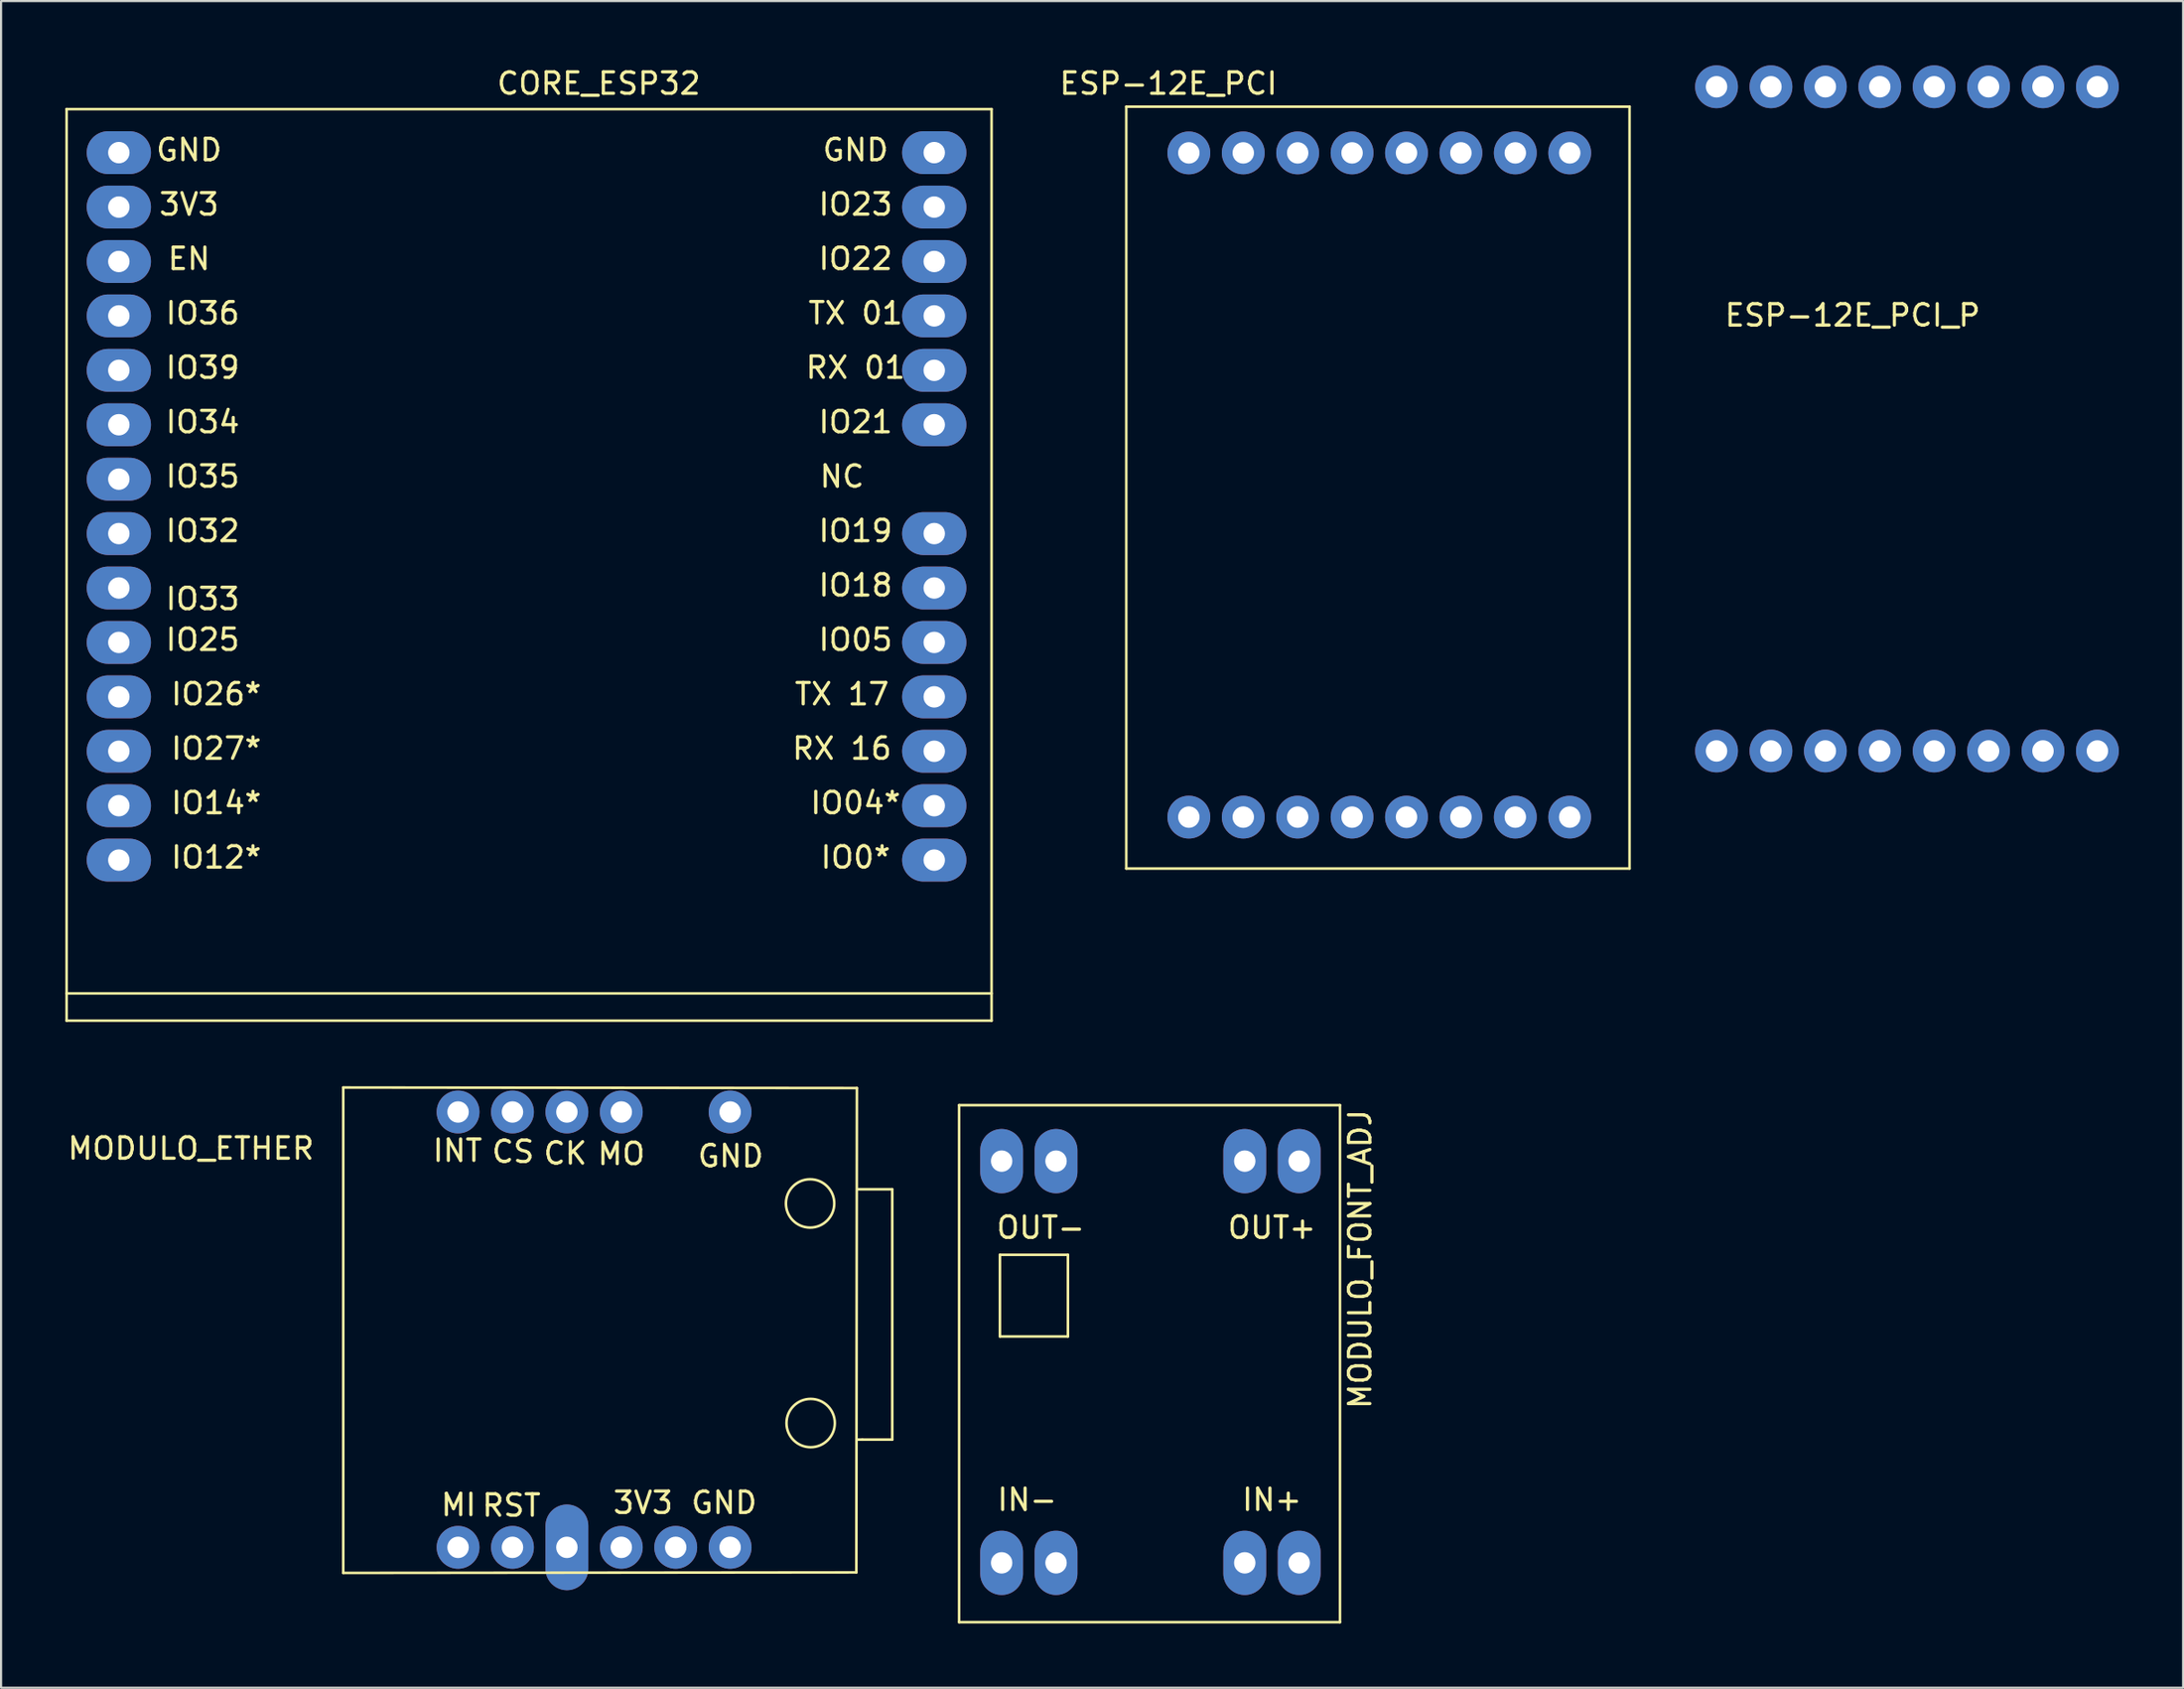
<source format=kicad_pcb>
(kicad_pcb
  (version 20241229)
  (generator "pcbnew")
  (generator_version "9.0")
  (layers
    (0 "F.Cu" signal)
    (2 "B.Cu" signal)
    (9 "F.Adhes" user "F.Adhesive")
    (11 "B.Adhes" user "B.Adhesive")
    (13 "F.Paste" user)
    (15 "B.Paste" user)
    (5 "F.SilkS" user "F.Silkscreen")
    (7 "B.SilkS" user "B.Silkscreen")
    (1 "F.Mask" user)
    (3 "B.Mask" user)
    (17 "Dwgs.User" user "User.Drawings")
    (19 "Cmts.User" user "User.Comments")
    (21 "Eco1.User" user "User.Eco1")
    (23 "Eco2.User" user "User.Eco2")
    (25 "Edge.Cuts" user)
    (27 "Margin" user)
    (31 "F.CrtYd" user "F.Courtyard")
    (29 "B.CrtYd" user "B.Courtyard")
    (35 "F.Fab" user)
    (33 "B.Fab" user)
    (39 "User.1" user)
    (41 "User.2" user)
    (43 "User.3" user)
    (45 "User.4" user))
  (footprint "MODULO_FONT_ADJ"
    (layer "F.Cu")
    (at 53.154 47.897)
    (property "Reference" "MODULO_FONT_ADJ" (at 7.29 7.823 90) (layer "F.SilkS") (effects (font (size 1 1) (thickness 0.15))))
    (attr through_hole)
    (fp_line (start -11.43 0.635) (end -11.43 24.765) (stroke (width 0.12) (type solid)) (layer "F.SilkS"))
    (fp_line (start -11.43 24.765) (end 6.35 24.765) (stroke (width 0.12) (type solid)) (layer "F.SilkS"))
    (fp_line (start -9.525 7.62) (end -9.525 11.43) (stroke (width 0.12) (type solid)) (layer "F.SilkS"))
    (fp_line (start -9.525 11.43) (end -6.35 11.43) (stroke (width 0.12) (type solid)) (layer "F.SilkS"))
    (fp_line (start -6.35 7.62) (end -9.525 7.62) (stroke (width 0.12) (type solid)) (layer "F.SilkS"))
    (fp_line (start -6.35 11.43) (end -6.35 7.62) (stroke (width 0.12) (type solid)) (layer "F.SilkS"))
    (fp_line (start 6.35 0.635) (end -11.43 0.635) (stroke (width 0.12) (type solid)) (layer "F.SilkS"))
    (fp_line (start 6.35 24.765) (end 6.35 0.635) (stroke (width 0.12) (type solid)) (layer "F.SilkS"))
    (fp_text user "OUT+" (at 3.175 6.35 0) (layer "F.SilkS") (effects (font (size 1 1) (thickness 0.15))))
    (fp_text user "IN+" (at 3.175 19.05 0) (layer "F.SilkS") (effects (font (size 1 1) (thickness 0.15))))
    (fp_text user "OUT-" (at -7.62 6.35 0) (layer "F.SilkS") (effects (font (size 1 1) (thickness 0.15))))
    (fp_text user "IN-" (at -8.255 19.05 0) (layer "F.SilkS") (effects (font (size 1 1) (thickness 0.15))))
    (pad "1" thru_hole oval (at 4.445 21.996 270) (size 3 2) (drill 1) (layers "*.Cu" "*.Mask"))
    (pad "2" thru_hole oval (at 4.445 3.246 270) (size 3 2) (drill 1) (layers "*.Cu" "*.Mask"))
    (pad "3" thru_hole oval (at -9.445 21.996 270) (size 3 2) (drill 1) (layers "*.Cu" "*.Mask"))
    (pad "4" thru_hole oval (at -9.445 3.246 270) (size 3 2) (drill 1) (layers "*.Cu" "*.Mask"))
    (pad "5" thru_hole oval (at 1.905 21.996 270) (size 3 2) (drill 1) (layers "*.Cu" "*.Mask"))
    (pad "6" thru_hole oval (at 1.905 3.246 270) (size 3 2) (drill 1) (layers "*.Cu" "*.Mask"))
    (pad "7" thru_hole oval (at -6.905 21.996 270) (size 3 2) (drill 1) (layers "*.Cu" "*.Mask"))
    (pad "8" thru_hole oval (at -6.905 3.246 270) (size 3 2) (drill 1) (layers "*.Cu" "*.Mask")))
  (footprint "MODULO_ETHER"
    (layer "F.Cu")
    (at 12.34 55.302)
    (property "Reference" "MODULO_ETHER" (at -6.477 -4.75 0) (layer "F.SilkS") (effects (font (size 1 1) (thickness 0.15))))
    (attr through_hole)
    (fp_line (start 0.635 -7.595) (end 0.635 15.062) (stroke (width 0.12) (type solid)) (layer "F.SilkS"))
    (fp_line (start 0.635 15.062) (end 24.587 15.037) (stroke (width 0.12) (type solid)) (layer "F.SilkS"))
    (fp_line (start 24.587 15.037) (end 24.613 -7.569) (stroke (width 0.12) (type solid)) (layer "F.SilkS"))
    (fp_line (start 24.613 -7.569) (end 0.635 -7.595) (stroke (width 0.12) (type solid)) (layer "F.SilkS"))
    (fp_line (start 24.663 -2.845) (end 26.264 -2.845) (stroke (width 0.12) (type solid)) (layer "F.SilkS"))
    (fp_line (start 24.867 8.839) (end 24.663 8.839) (stroke (width 0.12) (type solid)) (layer "F.SilkS"))
    (fp_line (start 26.264 -2.845) (end 26.264 8.839) (stroke (width 0.12) (type solid)) (layer "F.SilkS"))
    (fp_line (start 26.264 8.839) (end 24.867 8.839) (stroke (width 0.12) (type solid)) (layer "F.SilkS"))
    (fp_circle (center 22.428 -2.184) (end 23.012 -1.219) (stroke (width 0.12) (type solid)) (fill no) (layer "F.SilkS"))
    (fp_circle (center 22.454 8.067) (end 23.038 9.032) (stroke (width 0.12) (type solid)) (fill no) (layer "F.SilkS"))
    (fp_text user "CK" (at 10.998 -4.521 0) (layer "F.SilkS") (effects (font (size 1 1) (thickness 0.15))))
    (fp_text user "INT" (at 5.969 -4.648 0) (layer "F.SilkS") (effects (font (size 1 1) (thickness 0.15))))
    (fp_text user "GND" (at 18.415 11.786 0) (layer "F.SilkS") (effects (font (size 1 1) (thickness 0.15))))
    (fp_text user "CS" (at 8.56 -4.597 0) (layer "F.SilkS") (effects (font (size 1 1) (thickness 0.15))))
    (fp_text user "MI" (at 6.02 11.887 0) (layer "F.SilkS") (effects (font (size 1 1) (thickness 0.15))))
    (fp_text user "3V3" (at 14.63 11.786 0) (layer "F.SilkS") (effects (font (size 1 1) (thickness 0.15))))
    (fp_text user "RST" (at 8.484 11.913 0) (layer "F.SilkS") (effects (font (size 1 1) (thickness 0.15))))
    (fp_text user "GND" (at 18.72 -4.394 0) (layer "F.SilkS") (effects (font (size 1 1) (thickness 0.15))))
    (fp_text user "MO" (at 13.614 -4.496 0) (layer "F.SilkS") (effects (font (size 1 1) (thickness 0.15))))
    (pad "1" thru_hole circle (at 18.694 -6.452) (size 2 2) (drill 1) (layers "*.Cu" "*.Mask"))
    (pad "2" thru_hole circle (at 18.694 13.868) (size 2 2) (drill 1) (layers "*.Cu" "*.Mask"))
    (pad "4" thru_hole circle (at 16.154 13.868) (size 2 2) (drill 1) (layers "*.Cu" "*.Mask"))
    (pad "5" thru_hole circle (at 13.614 -6.452) (size 2 2) (drill 1) (layers "*.Cu" "*.Mask"))
    (pad "6" thru_hole circle (at 13.614 13.868) (size 2 2) (drill 1) (layers "*.Cu" "*.Mask"))
    (pad "7" thru_hole circle (at 5.994 -6.452) (size 2 2) (drill 1) (layers "*.Cu" "*.Mask"))
    (pad "8" thru_hole circle (at 5.994 13.868) (size 2 2) (drill 1) (layers "*.Cu" "*.Mask"))
    (pad "9" thru_hole circle (at 11.074 -6.452) (size 2 2) (drill 1) (layers "*.Cu" "*.Mask"))
    (pad "10" thru_hole oval (at 11.074 13.868) (size 2 4) (drill 1) (layers "*.Cu" "*.Mask"))
    (pad "11" thru_hole circle (at 8.534 -6.452) (size 2 2) (drill 1) (layers "*.Cu" "*.Mask"))
    (pad "12" thru_hole circle (at 8.534 13.868) (size 2 2) (drill 1) (layers "*.Cu" "*.Mask")))
  (footprint "CORE_ESP32"
    (layer "F.Cu")
    (at 21.015 21.727)
    (property "Reference" "CORE_ESP32" (at 3.886 -20.879 0) (layer "F.SilkS") (effects (font (size 1 1) (thickness 0.15))))
    (attr through_hole)
    (fp_line (start -20.955 -19.685) (end -20.955 22.86) (stroke (width 0.12) (type solid)) (layer "F.SilkS"))
    (fp_line (start -20.955 21.59) (end 22.225 21.59) (stroke (width 0.12) (type solid)) (layer "F.SilkS"))
    (fp_line (start -20.955 22.86) (end 22.225 22.86) (stroke (width 0.12) (type solid)) (layer "F.SilkS"))
    (fp_line (start 22.225 -19.685) (end -20.955 -19.685) (stroke (width 0.12) (type solid)) (layer "F.SilkS"))
    (fp_line (start 22.225 22.86) (end 22.225 -19.685) (stroke (width 0.12) (type solid)) (layer "F.SilkS"))
    (fp_text user "IO22" (at 15.875 -12.7 0) (layer "F.SilkS") (effects (font (size 1 1) (thickness 0.15))))
    (fp_text user "TX 17" (at 15.24 7.62 0) (layer "F.SilkS") (effects (font (size 1 1) (thickness 0.15))))
    (fp_text user "IO14*" (at -13.97 12.7 0) (layer "F.SilkS") (effects (font (size 1 1) (thickness 0.15))))
    (fp_text user "IO18" (at 15.875 2.54 0) (layer "F.SilkS") (effects (font (size 1 1) (thickness 0.15))))
    (fp_text user "NC" (at 15.24 -2.54 0) (layer "F.SilkS") (effects (font (size 1 1) (thickness 0.15))))
    (fp_text user "IO05" (at 15.875 5.08 0) (layer "F.SilkS") (effects (font (size 1 1) (thickness 0.15))))
    (fp_text user "IO26*" (at -13.97 7.62 0) (layer "F.SilkS") (effects (font (size 1 1) (thickness 0.15))))
    (fp_text user "IO33" (at -14.605 3.175 0) (layer "F.SilkS") (effects (font (size 1 1) (thickness 0.15))))
    (fp_text user "IO21" (at 15.875 -5.08 0) (layer "F.SilkS") (effects (font (size 1 1) (thickness 0.15))))
    (fp_text user "IO23" (at 15.875 -15.24 0) (layer "F.SilkS") (effects (font (size 1 1) (thickness 0.15))))
    (fp_text user "IO19" (at 15.875 0 0) (layer "F.SilkS") (effects (font (size 1 1) (thickness 0.15))))
    (fp_text user "IO39" (at -14.605 -7.62 0) (layer "F.SilkS") (effects (font (size 1 1) (thickness 0.15))))
    (fp_text user "GND" (at 15.875 -17.78 0) (layer "F.SilkS") (effects (font (size 1 1) (thickness 0.15))))
    (fp_text user "IO36" (at -14.605 -10.16 0) (layer "F.SilkS") (effects (font (size 1 1) (thickness 0.15))))
    (fp_text user "GND" (at -15.24 -17.78 0) (layer "F.SilkS") (effects (font (size 1 1) (thickness 0.15))))
    (fp_text user "IO35" (at -14.605 -2.54 0) (layer "F.SilkS") (effects (font (size 1 1) (thickness 0.15))))
    (fp_text user "RX 16" (at 15.24 10.16 0) (layer "F.SilkS") (effects (font (size 1 1) (thickness 0.15))))
    (fp_text user "IO32" (at -14.605 0 0) (layer "F.SilkS") (effects (font (size 1 1) (thickness 0.15))))
    (fp_text user "IO27*" (at -13.97 10.16 0) (layer "F.SilkS") (effects (font (size 1 1) (thickness 0.15))))
    (fp_text user "IO0*" (at 15.875 15.24 0) (layer "F.SilkS") (effects (font (size 1 1) (thickness 0.15))))
    (fp_text user "IO25" (at -14.605 5.08 0) (layer "F.SilkS") (effects (font (size 1 1) (thickness 0.15))))
    (fp_text user "3V3" (at -15.24 -15.24 0) (layer "F.SilkS") (effects (font (size 1 1) (thickness 0.15))))
    (fp_text user "IO04*" (at 15.875 12.7 0) (layer "F.SilkS") (effects (font (size 1 1) (thickness 0.15))))
    (fp_text user "RX 01" (at 15.875 -7.62 0) (layer "F.SilkS") (effects (font (size 1 1) (thickness 0.15))))
    (fp_text user "IO12*" (at -13.97 15.24 0) (layer "F.SilkS") (effects (font (size 1 1) (thickness 0.15))))
    (fp_text user "TX 01" (at 15.875 -10.16 0) (layer "F.SilkS") (effects (font (size 1 1) (thickness 0.15))))
    (fp_text user "IO34" (at -14.605 -5.08 0) (layer "F.SilkS") (effects (font (size 1 1) (thickness 0.15))))
    (fp_text user "EN" (at -15.24 -12.7 0) (layer "F.SilkS") (effects (font (size 1 1) (thickness 0.15))))
    (pad "1" thru_hole oval (at -18.517 -10.033 180) (size 3 2) (drill 1) (layers "*.Cu" "*.Mask"))
    (pad "2" thru_hole oval (at 19.548 -10.033 180) (size 3 2) (drill 1) (layers "*.Cu" "*.Mask"))
    (pad "3" thru_hole oval (at -18.517 -7.493 180) (size 3 2) (drill 1) (layers "*.Cu" "*.Mask"))
    (pad "4" thru_hole oval (at 19.548 -7.493 180) (size 3 2) (drill 1) (layers "*.Cu" "*.Mask"))
    (pad "5" thru_hole oval (at -18.517 -4.953 180) (size 3 2) (drill 1) (layers "*.Cu" "*.Mask"))
    (pad "6" thru_hole oval (at 19.548 -4.953 180) (size 3 2) (drill 1) (layers "*.Cu" "*.Mask"))
    (pad "7" thru_hole oval (at -18.517 -2.413 180) (size 3 2) (drill 1) (layers "*.Cu" "*.Mask"))
    (pad "9" thru_hole oval (at -18.517 12.827 180) (size 3 2) (drill 1) (layers "*.Cu" "*.Mask"))
    (pad "10" thru_hole oval (at 19.548 12.827 180) (size 3 2) (drill 1) (layers "*.Cu" "*.Mask"))
    (pad "11" thru_hole oval (at -18.517 15.367 180) (size 3 2) (drill 1) (layers "*.Cu" "*.Mask"))
    (pad "12" thru_hole oval (at 19.548 15.367 180) (size 3 2) (drill 1) (layers "*.Cu" "*.Mask"))
    (pad "13" thru_hole oval (at -18.517 7.747 180) (size 3 2) (drill 1) (layers "*.Cu" "*.Mask"))
    (pad "14" thru_hole oval (at 19.548 7.747 180) (size 3 2) (drill 1) (layers "*.Cu" "*.Mask"))
    (pad "15" thru_hole oval (at -18.517 10.287 180) (size 3 2) (drill 1) (layers "*.Cu" "*.Mask"))
    (pad "16" thru_hole oval (at 19.548 10.287 180) (size 3 2) (drill 1) (layers "*.Cu" "*.Mask"))
    (pad "17" thru_hole oval (at -18.517 2.667 180) (size 3 2) (drill 1) (layers "*.Cu" "*.Mask"))
    (pad "18" thru_hole oval (at 19.548 2.667 180) (size 3 2) (drill 1) (layers "*.Cu" "*.Mask"))
    (pad "19" thru_hole oval (at -18.517 -15.113 180) (size 3 2) (drill 1) (layers "*.Cu" "*.Mask"))
    (pad "20" thru_hole oval (at 19.548 -15.113 180) (size 3 2) (drill 1) (layers "*.Cu" "*.Mask"))
    (pad "21" thru_hole oval (at -18.517 -17.653 180) (size 3 2) (drill 1) (layers "*.Cu" "*.Mask"))
    (pad "22" thru_hole oval (at 19.548 -17.653 180) (size 3 2) (drill 1) (layers "*.Cu" "*.Mask"))
    (pad "23" thru_hole oval (at -18.517 0.127 180) (size 3 2) (drill 1) (layers "*.Cu" "*.Mask"))
    (pad "24" thru_hole oval (at 19.548 0.127 180) (size 3 2) (drill 1) (layers "*.Cu" "*.Mask"))
    (pad "25" thru_hole oval (at -18.517 -12.573 180) (size 3 2) (drill 1) (layers "*.Cu" "*.Mask"))
    (pad "26" thru_hole oval (at 19.548 -12.573 180) (size 3 2) (drill 1) (layers "*.Cu" "*.Mask"))
    (pad "27" thru_hole oval (at -18.517 5.207 180) (size 3 2) (drill 1) (layers "*.Cu" "*.Mask"))
    (pad "28" thru_hole oval (at 19.548 5.207 180) (size 3 2) (drill 1) (layers "*.Cu" "*.Mask")))
  (footprint "ESP-12E_PCI"
    (layer "F.Cu")
    (at 61.593 22.248)
    (property "Reference" "ESP-12E_PCI" (at -10.097 -21.399 0) (layer "F.SilkS") (effects (font (size 1 1) (thickness 0.15))))
    (attr smd)
    (fp_line (start -12.065 -20.32) (end 11.43 -20.32) (stroke (width 0.12) (type solid)) (layer "F.SilkS"))
    (fp_line (start -12.065 15.24) (end -12.065 -20.32) (stroke (width 0.12) (type solid)) (layer "F.SilkS"))
    (fp_line (start 11.43 -20.32) (end 11.43 15.24) (stroke (width 0.12) (type solid)) (layer "F.SilkS"))
    (fp_line (start 11.43 15.24) (end -12.065 15.24) (stroke (width 0.12) (type solid)) (layer "F.SilkS"))
    (pad "1" thru_hole circle (at -9.144 -18.161) (size 2 2) (drill 1) (layers "*.Cu" "*.Mask"))
    (pad "2" thru_hole circle (at -6.604 -18.161) (size 2 2) (drill 1) (layers "*.Cu" "*.Mask"))
    (pad "3" thru_hole circle (at -4.064 -18.161) (size 2 2) (drill 1) (layers "*.Cu" "*.Mask"))
    (pad "4" thru_hole oval (at -1.524 -18.161) (size 2 2) (drill 1) (layers "*.Cu" "*.Mask"))
    (pad "5" thru_hole circle (at 1.016 -18.161) (size 2 2) (drill 1) (layers "*.Cu" "*.Mask"))
    (pad "6" thru_hole circle (at 3.556 -18.161) (size 2 2) (drill 1) (layers "*.Cu" "*.Mask"))
    (pad "7" thru_hole circle (at 6.096 -18.161) (size 2 2) (drill 1) (layers "*.Cu" "*.Mask"))
    (pad "8" thru_hole circle (at 8.636 -18.161) (size 2 2) (drill 1) (layers "*.Cu" "*.Mask"))
    (pad "9" thru_hole circle (at 8.636 12.839) (size 2 2) (drill 1) (layers "*.Cu" "*.Mask"))
    (pad "10" thru_hole circle (at 6.096 12.839) (size 2 2) (drill 1) (layers "*.Cu" "*.Mask"))
    (pad "11" thru_hole circle (at 3.556 12.839) (size 2 2) (drill 1) (layers "*.Cu" "*.Mask"))
    (pad "12" thru_hole circle (at 1.016 12.839) (size 2 2) (drill 1) (layers "*.Cu" "*.Mask"))
    (pad "13" thru_hole circle (at -1.524 12.839) (size 2 2) (drill 1) (layers "*.Cu" "*.Mask"))
    (pad "14" thru_hole circle (at -4.064 12.839) (size 2 2) (drill 1) (layers "*.Cu" "*.Mask"))
    (pad "15" thru_hole circle (at -6.604 12.839) (size 2 2) (drill 1) (layers "*.Cu" "*.Mask"))
    (pad "16" thru_hole circle (at -9.144 12.839) (size 2 2) (drill 1) (layers "*.Cu" "*.Mask")))
  (footprint "ESP-12E_PCI_P"
    (layer "F.Cu")
    (at 86.227 19.161)
    (property "Reference" "ESP-12E_PCI_P" (at -2.794 -7.493 0) (layer "F.SilkS") (effects (font (size 1 1) (thickness 0.15))))
    (attr smd)
    (pad "1" thru_hole circle (at -9.144 -18.161) (size 2 2) (drill 1) (layers "*.Cu" "*.Mask"))
    (pad "2" thru_hole circle (at -6.604 -18.161) (size 2 2) (drill 1) (layers "*.Cu" "*.Mask"))
    (pad "3" thru_hole circle (at -4.064 -18.161) (size 2 2) (drill 1) (layers "*.Cu" "*.Mask"))
    (pad "4" thru_hole circle (at -1.524 -18.161) (size 2 2) (drill 1) (layers "*.Cu" "*.Mask"))
    (pad "5" thru_hole circle (at 1.016 -18.161) (size 2 2) (drill 1) (layers "*.Cu" "*.Mask"))
    (pad "6" thru_hole circle (at 3.556 -18.161) (size 2 2) (drill 1) (layers "*.Cu" "*.Mask"))
    (pad "7" thru_hole circle (at 6.096 -18.161) (size 2 2) (drill 1) (layers "*.Cu" "*.Mask"))
    (pad "8" thru_hole circle (at 8.636 -18.161) (size 2 2) (drill 1) (layers "*.Cu" "*.Mask"))
    (pad "9" thru_hole circle (at 8.636 12.839) (size 2 2) (drill 1) (layers "*.Cu" "*.Mask"))
    (pad "10" thru_hole circle (at 6.096 12.839) (size 2 2) (drill 1) (layers "*.Cu" "*.Mask"))
    (pad "11" thru_hole circle (at 3.556 12.839) (size 2 2) (drill 1) (layers "*.Cu" "*.Mask"))
    (pad "12" thru_hole circle (at 1.016 12.839) (size 2 2) (drill 1) (layers "*.Cu" "*.Mask"))
    (pad "13" thru_hole circle (at -1.524 12.839) (size 2 2) (drill 1) (layers "*.Cu" "*.Mask"))
    (pad "14" thru_hole circle (at -4.064 12.839) (size 2 2) (drill 1) (layers "*.Cu" "*.Mask"))
    (pad "15" thru_hole circle (at -6.604 12.839) (size 2 2) (drill 1) (layers "*.Cu" "*.Mask"))
    (pad "16" thru_hole circle (at -9.144 12.839) (size 2 2) (drill 1) (layers "*.Cu" "*.Mask")))
  (gr_rect
    (start -3 -3)
    (end 98.863 75.722)
    (stroke (width 0.1) (type default))
    (fill no)
    (layer "Edge.Cuts")))
</source>
